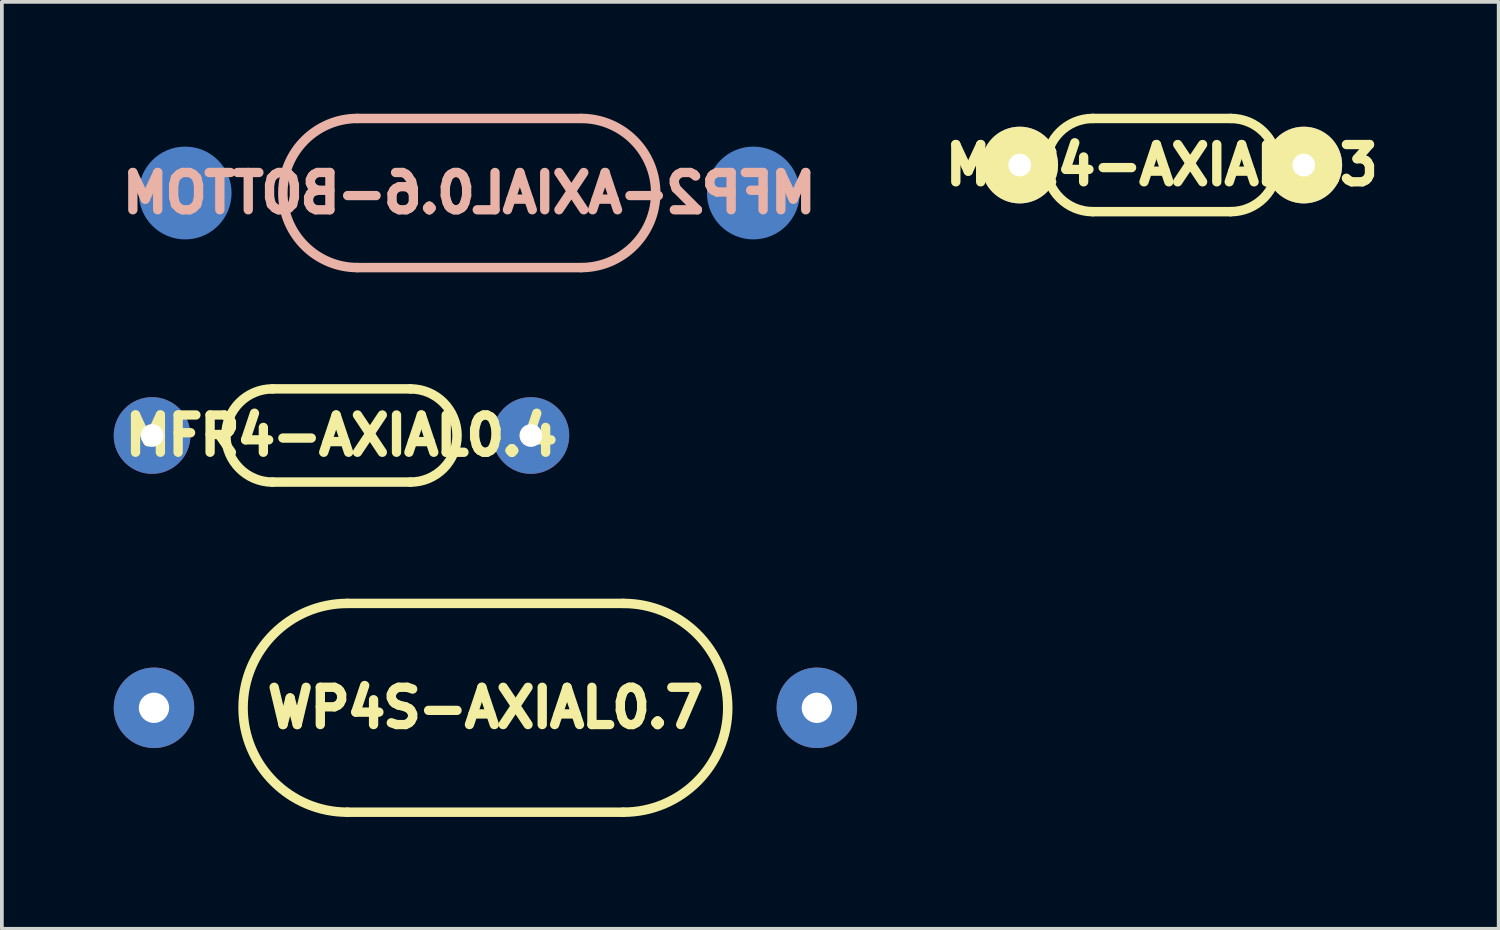
<source format=kicad_pcb>
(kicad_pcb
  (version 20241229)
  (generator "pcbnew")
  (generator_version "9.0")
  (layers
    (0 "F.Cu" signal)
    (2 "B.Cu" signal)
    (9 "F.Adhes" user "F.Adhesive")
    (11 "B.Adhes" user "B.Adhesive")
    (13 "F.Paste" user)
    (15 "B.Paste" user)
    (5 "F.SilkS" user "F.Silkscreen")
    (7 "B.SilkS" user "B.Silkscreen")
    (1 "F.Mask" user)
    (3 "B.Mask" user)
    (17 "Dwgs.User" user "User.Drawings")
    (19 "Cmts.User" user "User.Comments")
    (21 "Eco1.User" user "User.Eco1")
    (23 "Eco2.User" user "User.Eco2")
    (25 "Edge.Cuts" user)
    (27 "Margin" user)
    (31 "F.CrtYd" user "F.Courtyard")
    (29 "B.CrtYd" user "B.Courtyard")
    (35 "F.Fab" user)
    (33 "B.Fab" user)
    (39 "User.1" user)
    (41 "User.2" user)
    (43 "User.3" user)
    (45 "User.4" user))
  (footprint "MFR4-AXIAL0.3"
    (layer "F.Cu")
    (at 28.111 1.377)
    (property "Reference" "MFR4-AXIAL0.3" (at 0 0 0) (layer "F.SilkS") (effects (font (size 1 1) (thickness 0.25))))
    (attr through_hole)
    (fp_line (start -1.85 -1.25) (end 1.85 -1.25) (stroke (width 0.254) (type solid)) (layer "F.SilkS"))
    (fp_line (start -1.85 1.25) (end 1.85 1.25) (stroke (width 0.254) (type solid)) (layer "F.SilkS"))
    (fp_arc (start -1.85 1.25) (mid -3.1 0) (end -1.85 -1.25) (stroke (width 0.254) (type solid)) (layer "F.SilkS"))
    (fp_arc (start 1.85 -1.25) (mid 3.1 0) (end 1.85 1.25) (stroke (width 0.254) (type solid)) (layer "F.SilkS"))
    (pad "1" thru_hole circle (at -3.81 0) (size 2.057 2.057) (drill 0.61) (layers "*.Cu" "*.Mask" "F.SilkS"))
    (pad "2" thru_hole circle (at 3.81 0) (size 2.057 2.057) (drill 0.61) (layers "*.Cu" "*.Mask" "F.SilkS")))
  (footprint "WP4S-AXIAL0.7"
    (layer "F.Cu")
    (at 9.97 15.935)
    (property "Reference" "WP4S-AXIAL0.7" (at 0 0 0) (layer "F.SilkS") (effects (font (size 1 1) (thickness 0.25))))
    (attr through_hole)
    (fp_line (start -3.7 -2.8) (end 3.7 -2.8) (stroke (width 0.254) (type solid)) (layer "F.SilkS"))
    (fp_line (start -3.7 2.8) (end 3.7 2.8) (stroke (width 0.254) (type solid)) (layer "F.SilkS"))
    (fp_arc (start -3.7 2.8) (mid -6.5 0) (end -3.7 -2.8) (stroke (width 0.254) (type solid)) (layer "F.SilkS"))
    (fp_arc (start 3.7 -2.8) (mid 6.5 0) (end 3.7 2.8) (stroke (width 0.254) (type solid)) (layer "F.SilkS"))
    (pad "1" thru_hole circle (at -8.89 0) (size 2.159 2.159) (drill 0.813) (layers "*.Cu" "*.Mask"))
    (pad "2" thru_hole circle (at 8.89 0) (size 2.159 2.159) (drill 0.813) (layers "*.Cu" "*.Mask")))
  (footprint "MFR4-AXIAL0.4"
    (layer "F.Cu")
    (at 6.109 8.631)
    (property "Reference" "MFR4-AXIAL0.4" (at 0 0 0) (layer "F.SilkS") (effects (font (size 1 1) (thickness 0.25))))
    (attr through_hole)
    (fp_line (start -1.85 -1.25) (end 1.85 -1.25) (stroke (width 0.254) (type solid)) (layer "F.SilkS"))
    (fp_line (start -1.85 1.25) (end 1.85 1.25) (stroke (width 0.254) (type solid)) (layer "F.SilkS"))
    (fp_arc (start -1.85 1.25) (mid -3.1 0) (end -1.85 -1.25) (stroke (width 0.254) (type solid)) (layer "F.SilkS"))
    (fp_arc (start 1.85 -1.25) (mid 3.1 0) (end 1.85 1.25) (stroke (width 0.254) (type solid)) (layer "F.SilkS"))
    (pad "1" thru_hole circle (at -5.08 0) (size 2.057 2.057) (drill 0.61) (layers "B.Cu" "B.Mask"))
    (pad "2" thru_hole circle (at 5.08 0) (size 2.057 2.057) (drill 0.61) (layers "B.Cu" "B.Mask")))
  (footprint "MFP2-AXIAL0.6-BOTTOM"
    (layer "F.Cu")
    (at 9.537 2.127)
    (property "Reference" "MFP2-AXIAL0.6-BOTTOM" (at 0 0 0) (layer "B.SilkS") (effects (font (size 1 1) (thickness 0.25)) (justify mirror)))
    (attr through_hole)
    (fp_line (start -3 -2) (end 3 -2) (stroke (width 0.254) (type solid)) (layer "B.SilkS"))
    (fp_line (start -3 2) (end 3 2) (stroke (width 0.254) (type solid)) (layer "B.SilkS"))
    (fp_arc (start -3 2) (mid -5 0) (end -3 -2) (stroke (width 0.254) (type solid)) (layer "B.SilkS"))
    (fp_arc (start 3 -2) (mid 5 0) (end 3 2) (stroke (width 0.254) (type solid)) (layer "B.SilkS"))
    (pad "1" smd circle (at -7.62 0) (size 2.489 2.489) (layers "B.Cu" "B.Mask"))
    (pad "2" smd circle (at 7.62 0) (size 2.489 2.489) (layers "B.Cu" "B.Mask")))
  (gr_rect
    (start -3 -3)
    (end 37.148 21.862)
    (stroke (width 0.1) (type default))
    (fill no)
    (layer "Edge.Cuts")))
</source>
